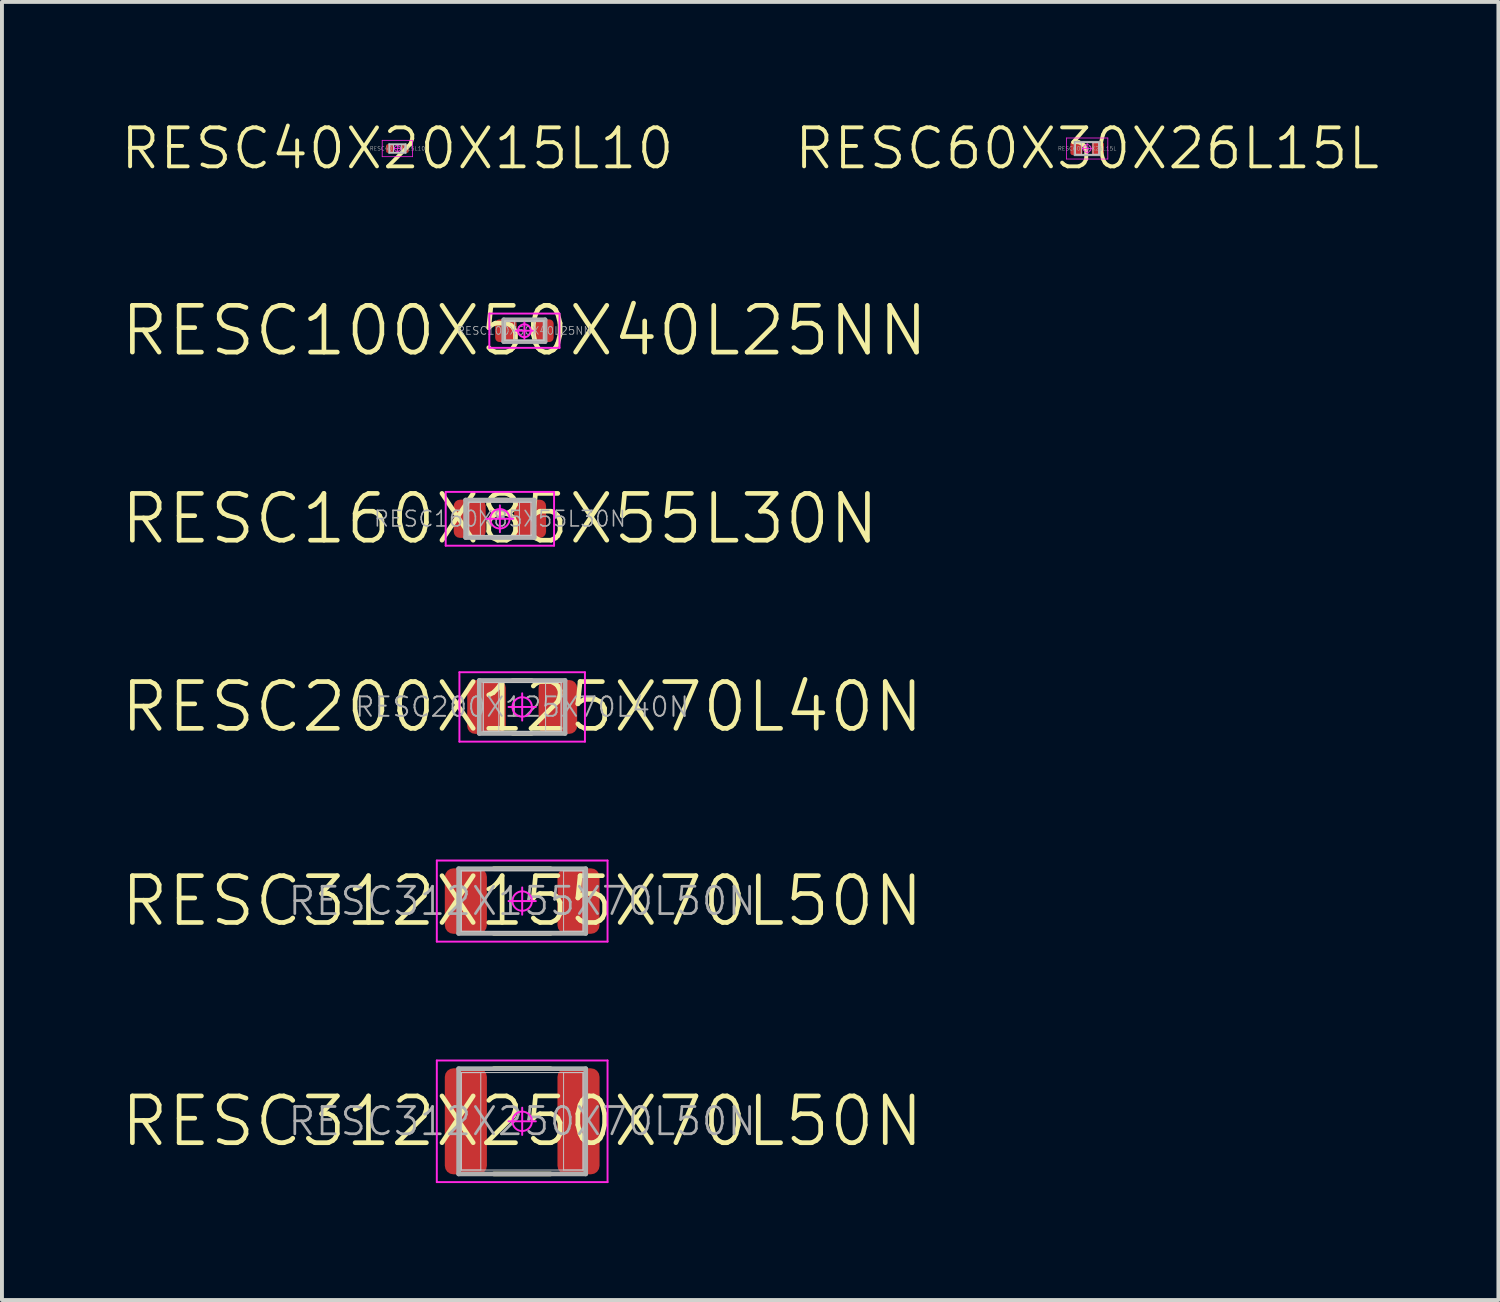
<source format=kicad_pcb>
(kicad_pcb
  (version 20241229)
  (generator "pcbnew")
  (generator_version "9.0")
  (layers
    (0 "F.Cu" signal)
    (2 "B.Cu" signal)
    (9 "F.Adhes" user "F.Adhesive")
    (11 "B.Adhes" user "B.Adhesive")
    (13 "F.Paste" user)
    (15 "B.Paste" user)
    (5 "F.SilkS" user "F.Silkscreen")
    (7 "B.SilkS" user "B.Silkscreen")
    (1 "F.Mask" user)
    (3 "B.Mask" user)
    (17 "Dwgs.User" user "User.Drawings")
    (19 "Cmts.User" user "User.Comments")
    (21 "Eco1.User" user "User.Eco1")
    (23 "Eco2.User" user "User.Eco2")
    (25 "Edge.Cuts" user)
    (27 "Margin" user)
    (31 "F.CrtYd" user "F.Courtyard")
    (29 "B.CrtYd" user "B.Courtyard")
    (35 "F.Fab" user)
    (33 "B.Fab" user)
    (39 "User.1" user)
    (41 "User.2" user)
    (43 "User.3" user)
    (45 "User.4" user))
  (footprint "RESC40X20X15L10"
    (layer "F.Cu")
    (at 7.145 0.76)
    (property "Reference" "RESC40X20X15L10" (at 0 0 0) (layer "F.SilkS") (effects (font (size 1 1) (thickness 0.1))))
    (attr smd)
    (fp_line (start -0.2 -0.1) (end -0.1 -0.1) (stroke (width 0.025) (type solid)) (layer "Dwgs.User"))
    (fp_line (start -0.2 -0.1) (end 0.2 -0.1) (stroke (width 0.025) (type solid)) (layer "Dwgs.User"))
    (fp_line (start -0.2 0.1) (end -0.2 -0.1) (stroke (width 0.025) (type solid)) (layer "Dwgs.User"))
    (fp_line (start -0.2 0.1) (end -0.2 -0.1) (stroke (width 0.025) (type solid)) (layer "Dwgs.User"))
    (fp_line (start -0.1 -0.1) (end -0.1 0.1) (stroke (width 0.025) (type solid)) (layer "Dwgs.User"))
    (fp_line (start -0.1 0.1) (end -0.2 0.1) (stroke (width 0.025) (type solid)) (layer "Dwgs.User"))
    (fp_line (start 0.1 -0.1) (end 0.2 -0.1) (stroke (width 0.025) (type solid)) (layer "Dwgs.User"))
    (fp_line (start 0.1 0.1) (end 0.1 -0.1) (stroke (width 0.025) (type solid)) (layer "Dwgs.User"))
    (fp_line (start 0.2 -0.1) (end 0.2 0.1) (stroke (width 0.025) (type solid)) (layer "Dwgs.User"))
    (fp_line (start 0.2 -0.1) (end 0.2 0.1) (stroke (width 0.025) (type solid)) (layer "Dwgs.User"))
    (fp_line (start 0.2 0.1) (end -0.2 0.1) (stroke (width 0.025) (type solid)) (layer "Dwgs.User"))
    (fp_line (start 0.2 0.1) (end 0.1 0.1) (stroke (width 0.025) (type solid)) (layer "Dwgs.User"))
    (fp_line (start -0.39 -0.21) (end 0.39 -0.21) (stroke (width 0.02) (type solid)) (layer "F.CrtYd"))
    (fp_line (start -0.39 0.21) (end -0.39 -0.21) (stroke (width 0.02) (type solid)) (layer "F.CrtYd"))
    (fp_line (start 0 -0.105) (end 0 0.105) (stroke (width 0.02) (type solid)) (layer "F.CrtYd"))
    (fp_line (start 0.105 0) (end -0.105 0) (stroke (width 0.02) (type solid)) (layer "F.CrtYd"))
    (fp_line (start 0.39 -0.21) (end 0.39 0.21) (stroke (width 0.02) (type solid)) (layer "F.CrtYd"))
    (fp_line (start 0.39 0.21) (end -0.39 0.21) (stroke (width 0.02) (type solid)) (layer "F.CrtYd"))
    (fp_circle (center 0 0) (end 0 0.079) (stroke (width 0.02) (type solid)) (fill no) (layer "F.CrtYd"))
    (fp_line (start -0.21 -0.11) (end 0.21 -0.11) (stroke (width 0.05) (type solid)) (layer "F.Fab"))
    (fp_line (start -0.21 0.11) (end -0.21 -0.11) (stroke (width 0.05) (type solid)) (layer "F.Fab"))
    (fp_line (start 0.21 -0.11) (end 0.21 0.11) (stroke (width 0.05) (type solid)) (layer "F.Fab"))
    (fp_line (start 0.21 0.11) (end -0.21 0.11) (stroke (width 0.05) (type solid)) (layer "F.Fab"))
    (fp_text user "${REFERENCE}" (at 0 0 0) (layer "F.Fab") (effects (font (size 0.1 0.1) (thickness 0.01))))
    (pad "1" smd roundrect (at -0.19 0) (size 0.2 0.22) (layers "F.Cu" "F.Mask" "F.Paste") (roundrect_rratio 0.2))
    (pad "2" smd roundrect (at 0.19 0) (size 0.2 0.22) (layers "F.Cu" "F.Mask" "F.Paste") (roundrect_rratio 0.2)))
  (footprint "RESC100X50X40L25NN"
    (layer "F.Cu")
    (at 10.403 5.434)
    (property "Reference" "RESC100X50X40L25NN" (at 0 0 0) (layer "F.SilkS") (effects (font (size 1.2 1.2) (thickness 0.12))))
    (attr smd)
    (fp_line (start -0.5 -0.25) (end -0.25 -0.25) (stroke (width 0.025) (type solid)) (layer "Dwgs.User"))
    (fp_line (start -0.5 -0.25) (end 0.5 -0.25) (stroke (width 0.025) (type solid)) (layer "Dwgs.User"))
    (fp_line (start -0.5 0.25) (end -0.5 -0.25) (stroke (width 0.025) (type solid)) (layer "Dwgs.User"))
    (fp_line (start -0.5 0.25) (end -0.5 -0.25) (stroke (width 0.025) (type solid)) (layer "Dwgs.User"))
    (fp_line (start -0.25 -0.25) (end -0.25 0.25) (stroke (width 0.025) (type solid)) (layer "Dwgs.User"))
    (fp_line (start -0.25 0.25) (end -0.5 0.25) (stroke (width 0.025) (type solid)) (layer "Dwgs.User"))
    (fp_line (start 0.25 -0.25) (end 0.5 -0.25) (stroke (width 0.025) (type solid)) (layer "Dwgs.User"))
    (fp_line (start 0.25 0.25) (end 0.25 -0.25) (stroke (width 0.025) (type solid)) (layer "Dwgs.User"))
    (fp_line (start 0.5 -0.25) (end 0.5 0.25) (stroke (width 0.025) (type solid)) (layer "Dwgs.User"))
    (fp_line (start 0.5 -0.25) (end 0.5 0.25) (stroke (width 0.025) (type solid)) (layer "Dwgs.User"))
    (fp_line (start 0.5 0.25) (end -0.5 0.25) (stroke (width 0.025) (type solid)) (layer "Dwgs.User"))
    (fp_line (start 0.5 0.25) (end 0.25 0.25) (stroke (width 0.025) (type solid)) (layer "Dwgs.User"))
    (fp_line (start -0.9 -0.44) (end 0.9 -0.44) (stroke (width 0.05) (type solid)) (layer "F.CrtYd"))
    (fp_line (start -0.9 0.44) (end -0.9 -0.44) (stroke (width 0.05) (type solid)) (layer "F.CrtYd"))
    (fp_line (start 0 -0.22) (end 0 0.22) (stroke (width 0.05) (type solid)) (layer "F.CrtYd"))
    (fp_line (start 0.22 0) (end -0.22 0) (stroke (width 0.05) (type solid)) (layer "F.CrtYd"))
    (fp_line (start 0.9 -0.44) (end 0.9 0.44) (stroke (width 0.05) (type solid)) (layer "F.CrtYd"))
    (fp_line (start 0.9 0.44) (end -0.9 0.44) (stroke (width 0.05) (type solid)) (layer "F.CrtYd"))
    (fp_circle (center 0 0) (end 0 0.165) (stroke (width 0.05) (type solid)) (fill no) (layer "F.CrtYd"))
    (fp_line (start -0.53 -0.28) (end 0.53 -0.28) (stroke (width 0.12) (type solid)) (layer "F.Fab"))
    (fp_line (start -0.53 0.28) (end -0.53 -0.28) (stroke (width 0.12) (type solid)) (layer "F.Fab"))
    (fp_line (start 0.53 -0.28) (end 0.53 0.28) (stroke (width 0.12) (type solid)) (layer "F.Fab"))
    (fp_line (start 0.53 0.28) (end -0.53 0.28) (stroke (width 0.12) (type solid)) (layer "F.Fab"))
    (fp_text user "${REFERENCE}" (at 0 0 0) (layer "F.Fab") (effects (font (size 0.2 0.2) (thickness 0.02))))
    (pad "1" smd roundrect (at -0.475 0) (size 0.55 0.58) (layers "F.Cu" "F.Mask" "F.Paste") (roundrect_rratio 0.2))
    (pad "2" smd roundrect (at 0.475 0) (size 0.55 0.58) (layers "F.Cu" "F.Mask" "F.Paste") (roundrect_rratio 0.2)))
  (footprint "RESC200X125X70L40N"
    (layer "F.Cu")
    (at 10.346 15.086)
    (property "Reference" "RESC200X125X70L40N" (at 0 0 0) (layer "F.SilkS") (effects (font (size 1.2 1.2) (thickness 0.12))))
    (attr smd)
    (fp_line (start -0.24 -0.68) (end 0.24 -0.68) (stroke (width 0.12) (type solid)) (layer "F.SilkS"))
    (fp_line (start -0.24 0.68) (end 0.24 0.68) (stroke (width 0.12) (type solid)) (layer "F.SilkS"))
    (fp_line (start -1 -0.625) (end -0.6 -0.625) (stroke (width 0.025) (type solid)) (layer "Dwgs.User"))
    (fp_line (start -1 -0.625) (end 1 -0.625) (stroke (width 0.025) (type solid)) (layer "Dwgs.User"))
    (fp_line (start -1 0.625) (end -1 -0.625) (stroke (width 0.025) (type solid)) (layer "Dwgs.User"))
    (fp_line (start -1 0.625) (end -1 -0.625) (stroke (width 0.025) (type solid)) (layer "Dwgs.User"))
    (fp_line (start -0.6 -0.625) (end -0.6 0.625) (stroke (width 0.025) (type solid)) (layer "Dwgs.User"))
    (fp_line (start -0.6 0.625) (end -1 0.625) (stroke (width 0.025) (type solid)) (layer "Dwgs.User"))
    (fp_line (start 0.6 -0.625) (end 1 -0.625) (stroke (width 0.025) (type solid)) (layer "Dwgs.User"))
    (fp_line (start 0.6 0.625) (end 0.6 -0.625) (stroke (width 0.025) (type solid)) (layer "Dwgs.User"))
    (fp_line (start 1 -0.625) (end 1 0.625) (stroke (width 0.025) (type solid)) (layer "Dwgs.User"))
    (fp_line (start 1 -0.625) (end 1 0.625) (stroke (width 0.025) (type solid)) (layer "Dwgs.User"))
    (fp_line (start 1 0.625) (end -1 0.625) (stroke (width 0.025) (type solid)) (layer "Dwgs.User"))
    (fp_line (start 1 0.625) (end 0.6 0.625) (stroke (width 0.025) (type solid)) (layer "Dwgs.User"))
    (fp_line (start -1.61 -0.89) (end 1.61 -0.89) (stroke (width 0.05) (type solid)) (layer "F.CrtYd"))
    (fp_line (start -1.61 0.89) (end -1.61 -0.89) (stroke (width 0.05) (type solid)) (layer "F.CrtYd"))
    (fp_line (start 0 -0.35) (end 0 0.35) (stroke (width 0.05) (type solid)) (layer "F.CrtYd"))
    (fp_line (start 0.35 0) (end -0.35 0) (stroke (width 0.05) (type solid)) (layer "F.CrtYd"))
    (fp_line (start 1.61 -0.89) (end 1.61 0.89) (stroke (width 0.05) (type solid)) (layer "F.CrtYd"))
    (fp_line (start 1.61 0.89) (end -1.61 0.89) (stroke (width 0.05) (type solid)) (layer "F.CrtYd"))
    (fp_circle (center 0 0) (end 0 0.25) (stroke (width 0.05) (type solid)) (fill no) (layer "F.CrtYd"))
    (fp_line (start -1.1 -0.68) (end 1.1 -0.68) (stroke (width 0.12) (type solid)) (layer "F.Fab"))
    (fp_line (start -1.1 0.68) (end -1.1 -0.68) (stroke (width 0.12) (type solid)) (layer "F.Fab"))
    (fp_line (start 1.1 -0.68) (end 1.1 0.68) (stroke (width 0.12) (type solid)) (layer "F.Fab"))
    (fp_line (start 1.1 0.68) (end -1.1 0.68) (stroke (width 0.12) (type solid)) (layer "F.Fab"))
    (fp_text user "${REFERENCE}" (at 0 0 0) (layer "F.Fab") (effects (font (size 0.5 0.5) (thickness 0.05))))
    (pad "1" smd roundrect (at -0.915 0) (size 0.99 1.38) (layers "F.Cu" "F.Mask" "F.Paste") (roundrect_rratio 0.202))
    (pad "2" smd roundrect (at 0.915 0) (size 0.99 1.38) (layers "F.Cu" "F.Mask" "F.Paste") (roundrect_rratio 0.202)))
  (footprint "RESC60X30X26L15L"
    (layer "F.Cu")
    (at 24.84 0.76)
    (property "Reference" "RESC60X30X26L15L" (at 0 0 0) (layer "F.SilkS") (effects (font (size 1 1) (thickness 0.1))))
    (attr smd)
    (fp_line (start -0.3 -0.15) (end -0.15 -0.15) (stroke (width 0.025) (type solid)) (layer "Dwgs.User"))
    (fp_line (start -0.3 -0.15) (end 0.3 -0.15) (stroke (width 0.025) (type solid)) (layer "Dwgs.User"))
    (fp_line (start -0.3 0.15) (end -0.3 -0.15) (stroke (width 0.025) (type solid)) (layer "Dwgs.User"))
    (fp_line (start -0.3 0.15) (end -0.3 -0.15) (stroke (width 0.025) (type solid)) (layer "Dwgs.User"))
    (fp_line (start -0.15 -0.15) (end -0.15 0.15) (stroke (width 0.025) (type solid)) (layer "Dwgs.User"))
    (fp_line (start -0.15 0.15) (end -0.3 0.15) (stroke (width 0.025) (type solid)) (layer "Dwgs.User"))
    (fp_line (start 0.15 -0.15) (end 0.3 -0.15) (stroke (width 0.025) (type solid)) (layer "Dwgs.User"))
    (fp_line (start 0.15 0.15) (end 0.15 -0.15) (stroke (width 0.025) (type solid)) (layer "Dwgs.User"))
    (fp_line (start 0.3 -0.15) (end 0.3 0.15) (stroke (width 0.025) (type solid)) (layer "Dwgs.User"))
    (fp_line (start 0.3 -0.15) (end 0.3 0.15) (stroke (width 0.025) (type solid)) (layer "Dwgs.User"))
    (fp_line (start 0.3 0.15) (end -0.3 0.15) (stroke (width 0.025) (type solid)) (layer "Dwgs.User"))
    (fp_line (start 0.3 0.15) (end 0.15 0.15) (stroke (width 0.025) (type solid)) (layer "Dwgs.User"))
    (fp_line (start -0.53 -0.27) (end 0.53 -0.27) (stroke (width 0.02) (type solid)) (layer "F.CrtYd"))
    (fp_line (start -0.53 0.27) (end -0.53 -0.27) (stroke (width 0.02) (type solid)) (layer "F.CrtYd"))
    (fp_line (start 0 -0.135) (end 0 0.135) (stroke (width 0.02) (type solid)) (layer "F.CrtYd"))
    (fp_line (start 0.135 0) (end -0.135 0) (stroke (width 0.02) (type solid)) (layer "F.CrtYd"))
    (fp_line (start 0.53 -0.27) (end 0.53 0.27) (stroke (width 0.02) (type solid)) (layer "F.CrtYd"))
    (fp_line (start 0.53 0.27) (end -0.53 0.27) (stroke (width 0.02) (type solid)) (layer "F.CrtYd"))
    (fp_circle (center 0 0) (end 0 0.101) (stroke (width 0.02) (type solid)) (fill no) (layer "F.CrtYd"))
    (fp_line (start -0.32 -0.17) (end 0.32 -0.17) (stroke (width 0.05) (type solid)) (layer "F.Fab"))
    (fp_line (start -0.32 0.17) (end -0.32 -0.17) (stroke (width 0.05) (type solid)) (layer "F.Fab"))
    (fp_line (start 0.32 -0.17) (end 0.32 0.17) (stroke (width 0.05) (type solid)) (layer "F.Fab"))
    (fp_line (start 0.32 0.17) (end -0.32 0.17) (stroke (width 0.05) (type solid)) (layer "F.Fab"))
    (fp_text user "${REFERENCE}" (at 0 0 0) (layer "F.Fab") (effects (font (size 0.1 0.1) (thickness 0.01))))
    (pad "1" smd roundrect (at -0.275 0) (size 0.31 0.34) (layers "F.Cu" "F.Mask" "F.Paste") (roundrect_rratio 0.194))
    (pad "2" smd roundrect (at 0.275 0) (size 0.31 0.34) (layers "F.Cu" "F.Mask" "F.Paste") (roundrect_rratio 0.194)))
  (footprint "RESC160X85X55L30N"
    (layer "F.Cu")
    (at 9.774 10.259)
    (property "Reference" "RESC160X85X55L30N" (at 0 0 0) (layer "F.SilkS") (effects (font (size 1.2 1.2) (thickness 0.12))))
    (attr smd)
    (fp_line (start -0.185 -0.48) (end 0.185 -0.48) (stroke (width 0.12) (type solid)) (layer "F.SilkS"))
    (fp_line (start -0.185 0.48) (end 0.185 0.48) (stroke (width 0.12) (type solid)) (layer "F.SilkS"))
    (fp_line (start -0.8 -0.425) (end -0.5 -0.425) (stroke (width 0.025) (type solid)) (layer "Dwgs.User"))
    (fp_line (start -0.8 -0.425) (end 0.8 -0.425) (stroke (width 0.025) (type solid)) (layer "Dwgs.User"))
    (fp_line (start -0.8 0.425) (end -0.8 -0.425) (stroke (width 0.025) (type solid)) (layer "Dwgs.User"))
    (fp_line (start -0.8 0.425) (end -0.8 -0.425) (stroke (width 0.025) (type solid)) (layer "Dwgs.User"))
    (fp_line (start -0.5 -0.425) (end -0.5 0.425) (stroke (width 0.025) (type solid)) (layer "Dwgs.User"))
    (fp_line (start -0.5 0.425) (end -0.8 0.425) (stroke (width 0.025) (type solid)) (layer "Dwgs.User"))
    (fp_line (start 0.5 -0.425) (end 0.8 -0.425) (stroke (width 0.025) (type solid)) (layer "Dwgs.User"))
    (fp_line (start 0.5 0.425) (end 0.5 -0.425) (stroke (width 0.025) (type solid)) (layer "Dwgs.User"))
    (fp_line (start 0.8 -0.425) (end 0.8 0.425) (stroke (width 0.025) (type solid)) (layer "Dwgs.User"))
    (fp_line (start 0.8 -0.425) (end 0.8 0.425) (stroke (width 0.025) (type solid)) (layer "Dwgs.User"))
    (fp_line (start 0.8 0.425) (end -0.8 0.425) (stroke (width 0.025) (type solid)) (layer "Dwgs.User"))
    (fp_line (start 0.8 0.425) (end 0.5 0.425) (stroke (width 0.025) (type solid)) (layer "Dwgs.User"))
    (fp_line (start -1.39 -0.69) (end 1.39 -0.69) (stroke (width 0.05) (type solid)) (layer "F.CrtYd"))
    (fp_line (start -1.39 0.69) (end -1.39 -0.69) (stroke (width 0.05) (type solid)) (layer "F.CrtYd"))
    (fp_line (start 0 -0.345) (end 0 0.345) (stroke (width 0.05) (type solid)) (layer "F.CrtYd"))
    (fp_line (start 0.345 0) (end -0.345 0) (stroke (width 0.05) (type solid)) (layer "F.CrtYd"))
    (fp_line (start 1.39 -0.69) (end 1.39 0.69) (stroke (width 0.05) (type solid)) (layer "F.CrtYd"))
    (fp_line (start 1.39 0.69) (end -1.39 0.69) (stroke (width 0.05) (type solid)) (layer "F.CrtYd"))
    (fp_circle (center 0 0) (end 0 0.25) (stroke (width 0.05) (type solid)) (fill no) (layer "F.CrtYd"))
    (fp_line (start -0.88 -0.48) (end 0.88 -0.48) (stroke (width 0.12) (type solid)) (layer "F.Fab"))
    (fp_line (start -0.88 0.48) (end -0.88 -0.48) (stroke (width 0.12) (type solid)) (layer "F.Fab"))
    (fp_line (start 0.88 -0.48) (end 0.88 0.48) (stroke (width 0.12) (type solid)) (layer "F.Fab"))
    (fp_line (start 0.88 0.48) (end -0.88 0.48) (stroke (width 0.12) (type solid)) (layer "F.Fab"))
    (fp_text user "${REFERENCE}" (at 0 0 0) (layer "F.Fab") (effects (font (size 0.4 0.4) (thickness 0.04))))
    (pad "1" smd roundrect (at -0.775 0) (size 0.82 0.98) (layers "F.Cu" "F.Mask" "F.Paste") (roundrect_rratio 0.195))
    (pad "2" smd roundrect (at 0.775 0) (size 0.82 0.98) (layers "F.Cu" "F.Mask" "F.Paste") (roundrect_rratio 0.195)))
  (footprint "RESC312X250X70L50N"
    (layer "F.Cu")
    (at 10.346 25.716)
    (property "Reference" "RESC312X250X70L50N" (at 0 0 0) (layer "F.SilkS") (effects (font (size 1.2 1.2) (thickness 0.12))))
    (attr smd)
    (fp_line (start -0.725 -1.35) (end 0.725 -1.35) (stroke (width 0.12) (type solid)) (layer "F.SilkS"))
    (fp_line (start -0.725 1.35) (end 0.725 1.35) (stroke (width 0.12) (type solid)) (layer "F.SilkS"))
    (fp_line (start -1.562 -1.25) (end -1.062 -1.25) (stroke (width 0.025) (type solid)) (layer "Dwgs.User"))
    (fp_line (start -1.562 -1.25) (end 1.562 -1.25) (stroke (width 0.025) (type solid)) (layer "Dwgs.User"))
    (fp_line (start -1.562 1.25) (end -1.562 -1.25) (stroke (width 0.025) (type solid)) (layer "Dwgs.User"))
    (fp_line (start -1.562 1.25) (end -1.562 -1.25) (stroke (width 0.025) (type solid)) (layer "Dwgs.User"))
    (fp_line (start -1.062 -1.25) (end -1.062 1.25) (stroke (width 0.025) (type solid)) (layer "Dwgs.User"))
    (fp_line (start -1.062 1.25) (end -1.562 1.25) (stroke (width 0.025) (type solid)) (layer "Dwgs.User"))
    (fp_line (start 1.062 -1.25) (end 1.562 -1.25) (stroke (width 0.025) (type solid)) (layer "Dwgs.User"))
    (fp_line (start 1.062 1.25) (end 1.062 -1.25) (stroke (width 0.025) (type solid)) (layer "Dwgs.User"))
    (fp_line (start 1.562 -1.25) (end 1.562 1.25) (stroke (width 0.025) (type solid)) (layer "Dwgs.User"))
    (fp_line (start 1.562 -1.25) (end 1.562 1.25) (stroke (width 0.025) (type solid)) (layer "Dwgs.User"))
    (fp_line (start 1.562 1.25) (end -1.562 1.25) (stroke (width 0.025) (type solid)) (layer "Dwgs.User"))
    (fp_line (start 1.562 1.25) (end 1.062 1.25) (stroke (width 0.025) (type solid)) (layer "Dwgs.User"))
    (fp_line (start -2.19 -1.56) (end 2.19 -1.56) (stroke (width 0.05) (type solid)) (layer "F.CrtYd"))
    (fp_line (start -2.19 1.56) (end -2.19 -1.56) (stroke (width 0.05) (type solid)) (layer "F.CrtYd"))
    (fp_line (start 0 -0.35) (end 0 0.35) (stroke (width 0.05) (type solid)) (layer "F.CrtYd"))
    (fp_line (start 0.35 0) (end -0.35 0) (stroke (width 0.05) (type solid)) (layer "F.CrtYd"))
    (fp_line (start 2.19 -1.56) (end 2.19 1.56) (stroke (width 0.05) (type solid)) (layer "F.CrtYd"))
    (fp_line (start 2.19 1.56) (end -2.19 1.56) (stroke (width 0.05) (type solid)) (layer "F.CrtYd"))
    (fp_circle (center 0 0) (end 0 0.25) (stroke (width 0.05) (type solid)) (fill no) (layer "F.CrtYd"))
    (fp_line (start -1.63 -1.35) (end 1.63 -1.35) (stroke (width 0.12) (type solid)) (layer "F.Fab"))
    (fp_line (start -1.63 1.35) (end -1.63 -1.35) (stroke (width 0.12) (type solid)) (layer "F.Fab"))
    (fp_line (start 1.63 -1.35) (end 1.63 1.35) (stroke (width 0.12) (type solid)) (layer "F.Fab"))
    (fp_line (start 1.63 1.35) (end -1.63 1.35) (stroke (width 0.12) (type solid)) (layer "F.Fab"))
    (fp_text user "${REFERENCE}" (at 0 0 0) (layer "F.Fab") (effects (font (size 0.7 0.7) (thickness 0.07))))
    (pad "1" smd roundrect (at -1.445 0) (size 1.08 2.72) (layers "F.Cu" "F.Mask" "F.Paste") (roundrect_rratio 0.204))
    (pad "2" smd roundrect (at 1.445 0) (size 1.08 2.72) (layers "F.Cu" "F.Mask" "F.Paste") (roundrect_rratio 0.204)))
  (footprint "RESC312X155X70L50N"
    (layer "F.Cu")
    (at 10.346 20.066)
    (property "Reference" "RESC312X155X70L50N" (at 0 0 0) (layer "F.SilkS") (effects (font (size 1.2 1.2) (thickness 0.12))))
    (attr smd)
    (fp_line (start -0.725 -0.83) (end 0.725 -0.83) (stroke (width 0.12) (type solid)) (layer "F.SilkS"))
    (fp_line (start -0.725 0.83) (end 0.725 0.83) (stroke (width 0.12) (type solid)) (layer "F.SilkS"))
    (fp_line (start -1.562 -0.775) (end -1.062 -0.775) (stroke (width 0.025) (type solid)) (layer "Dwgs.User"))
    (fp_line (start -1.562 -0.775) (end 1.562 -0.775) (stroke (width 0.025) (type solid)) (layer "Dwgs.User"))
    (fp_line (start -1.562 0.775) (end -1.562 -0.775) (stroke (width 0.025) (type solid)) (layer "Dwgs.User"))
    (fp_line (start -1.562 0.775) (end -1.562 -0.775) (stroke (width 0.025) (type solid)) (layer "Dwgs.User"))
    (fp_line (start -1.062 -0.775) (end -1.062 0.775) (stroke (width 0.025) (type solid)) (layer "Dwgs.User"))
    (fp_line (start -1.062 0.775) (end -1.562 0.775) (stroke (width 0.025) (type solid)) (layer "Dwgs.User"))
    (fp_line (start 1.062 -0.775) (end 1.562 -0.775) (stroke (width 0.025) (type solid)) (layer "Dwgs.User"))
    (fp_line (start 1.062 0.775) (end 1.062 -0.775) (stroke (width 0.025) (type solid)) (layer "Dwgs.User"))
    (fp_line (start 1.562 -0.775) (end 1.562 0.775) (stroke (width 0.025) (type solid)) (layer "Dwgs.User"))
    (fp_line (start 1.562 -0.775) (end 1.562 0.775) (stroke (width 0.025) (type solid)) (layer "Dwgs.User"))
    (fp_line (start 1.562 0.775) (end -1.562 0.775) (stroke (width 0.025) (type solid)) (layer "Dwgs.User"))
    (fp_line (start 1.562 0.775) (end 1.062 0.775) (stroke (width 0.025) (type solid)) (layer "Dwgs.User"))
    (fp_line (start -2.19 -1.04) (end 2.19 -1.04) (stroke (width 0.05) (type solid)) (layer "F.CrtYd"))
    (fp_line (start -2.19 1.04) (end -2.19 -1.04) (stroke (width 0.05) (type solid)) (layer "F.CrtYd"))
    (fp_line (start 0 -0.35) (end 0 0.35) (stroke (width 0.05) (type solid)) (layer "F.CrtYd"))
    (fp_line (start 0.35 0) (end -0.35 0) (stroke (width 0.05) (type solid)) (layer "F.CrtYd"))
    (fp_line (start 2.19 -1.04) (end 2.19 1.04) (stroke (width 0.05) (type solid)) (layer "F.CrtYd"))
    (fp_line (start 2.19 1.04) (end -2.19 1.04) (stroke (width 0.05) (type solid)) (layer "F.CrtYd"))
    (fp_circle (center 0 0) (end 0 0.25) (stroke (width 0.05) (type solid)) (fill no) (layer "F.CrtYd"))
    (fp_line (start -1.63 -0.83) (end 1.63 -0.83) (stroke (width 0.12) (type solid)) (layer "F.Fab"))
    (fp_line (start -1.63 0.83) (end -1.63 -0.83) (stroke (width 0.12) (type solid)) (layer "F.Fab"))
    (fp_line (start 1.63 -0.83) (end 1.63 0.83) (stroke (width 0.12) (type solid)) (layer "F.Fab"))
    (fp_line (start 1.63 0.83) (end -1.63 0.83) (stroke (width 0.12) (type solid)) (layer "F.Fab"))
    (fp_text user "${REFERENCE}" (at 0 0 0) (layer "F.Fab") (effects (font (size 0.7 0.7) (thickness 0.07))))
    (pad "1" smd roundrect (at -1.445 0) (size 1.08 1.68) (layers "F.Cu" "F.Mask" "F.Paste") (roundrect_rratio 0.204))
    (pad "2" smd roundrect (at 1.445 0) (size 1.08 1.68) (layers "F.Cu" "F.Mask" "F.Paste") (roundrect_rratio 0.204)))
  (gr_rect
    (start -3 -3)
    (end 35.39 30.301)
    (stroke (width 0.1) (type default))
    (fill no)
    (layer "Edge.Cuts")))
</source>
